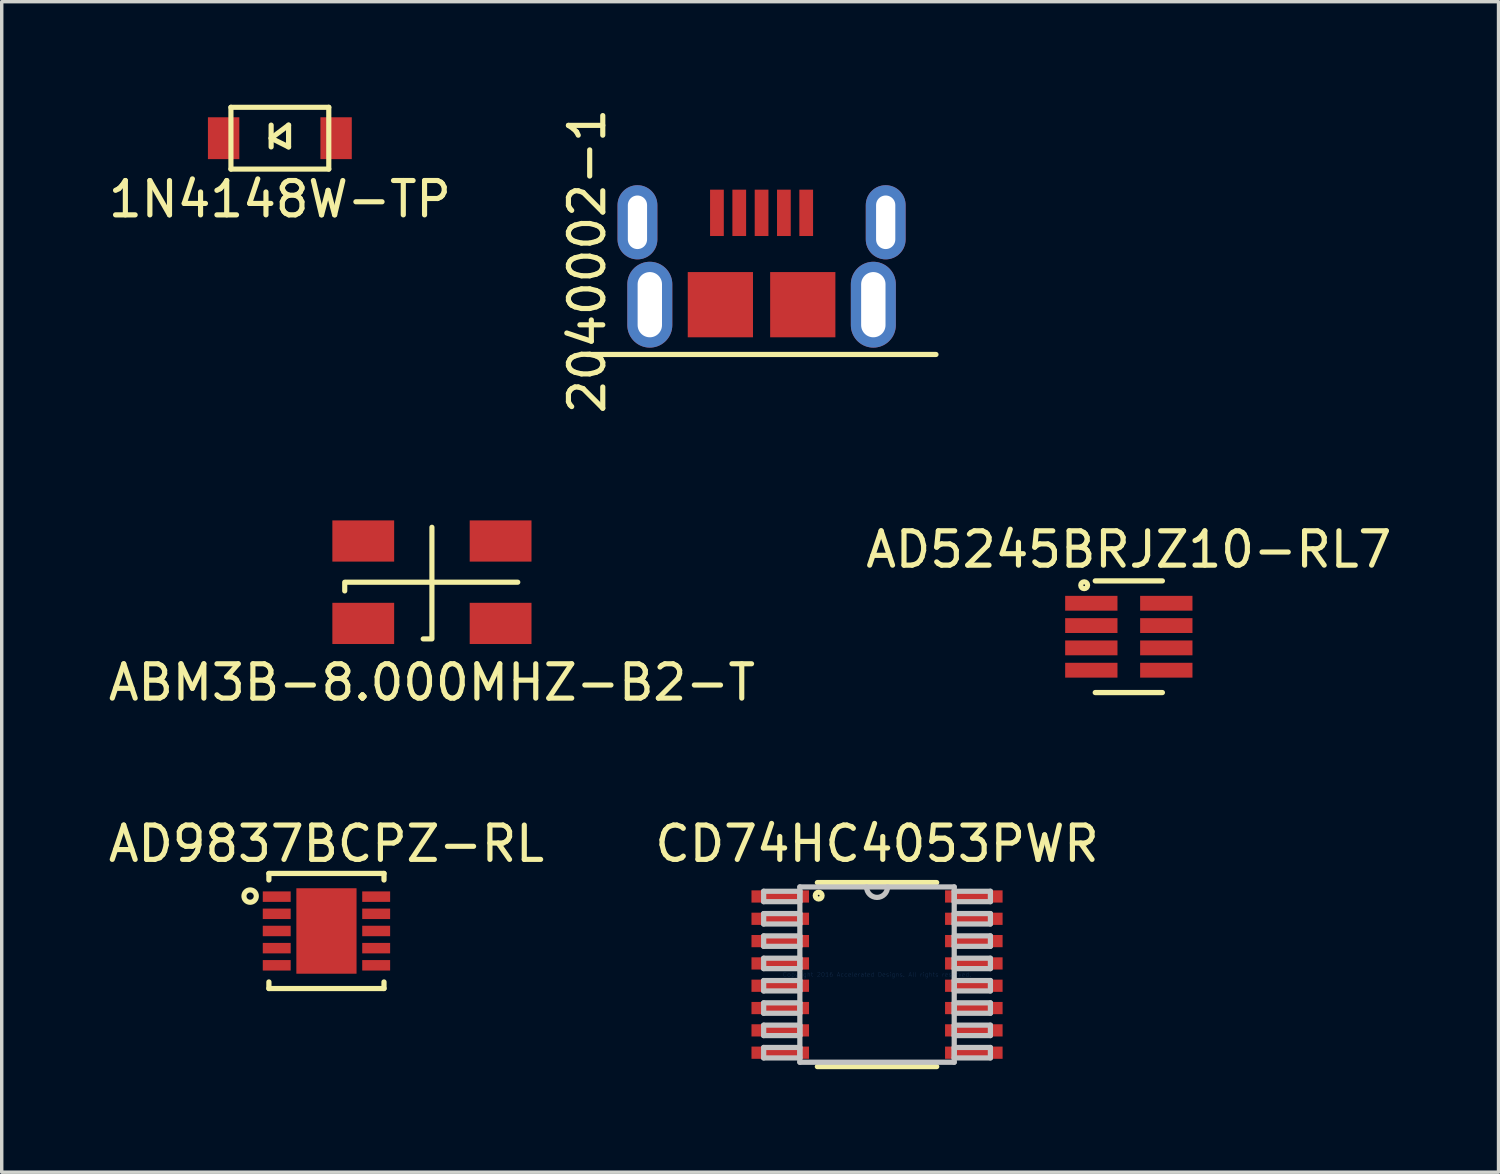
<source format=kicad_pcb>
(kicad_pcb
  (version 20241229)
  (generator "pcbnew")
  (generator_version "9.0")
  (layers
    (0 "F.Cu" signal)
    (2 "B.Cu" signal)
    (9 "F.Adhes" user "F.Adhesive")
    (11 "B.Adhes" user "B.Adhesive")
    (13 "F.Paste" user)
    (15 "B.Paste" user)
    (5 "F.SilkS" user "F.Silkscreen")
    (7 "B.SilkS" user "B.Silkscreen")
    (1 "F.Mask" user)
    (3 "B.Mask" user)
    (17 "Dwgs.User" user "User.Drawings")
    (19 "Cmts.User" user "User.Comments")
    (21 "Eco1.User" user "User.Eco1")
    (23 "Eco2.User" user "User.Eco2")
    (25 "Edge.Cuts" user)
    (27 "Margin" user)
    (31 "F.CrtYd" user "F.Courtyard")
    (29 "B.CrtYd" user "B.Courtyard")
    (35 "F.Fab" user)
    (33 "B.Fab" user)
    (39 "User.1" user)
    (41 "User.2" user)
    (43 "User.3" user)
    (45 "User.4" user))
  (footprint "CD74HC4053PWR"
    (layer "F.Cu")
    (at 22.494 25.335)
    (property "Reference" "CD74HC4053PWR" (at 0 -3.81 0) (layer "F.SilkS") (effects (font (size 1 1) (thickness 0.15))))
    (attr through_hole)
    (fp_line (start -1.738 2.68) (end 1.738 2.68) (stroke (width 0.152) (type solid)) (layer "F.SilkS"))
    (fp_line (start 1.738 -2.68) (end -1.738 -2.68) (stroke (width 0.152) (type solid)) (layer "F.SilkS"))
    (fp_circle (center -1.7 -2.3) (end -1.6 -2.3) (stroke (width 0.15) (type solid)) (fill no) (layer "F.SilkS"))
    (fp_line (start -3.302 -2.427) (end -3.302 -2.123) (stroke (width 0.152) (type solid)) (layer "Dwgs.User"))
    (fp_line (start -3.302 -2.123) (end -2.248 -2.123) (stroke (width 0.152) (type solid)) (layer "Dwgs.User"))
    (fp_line (start -3.302 -1.777) (end -3.302 -1.473) (stroke (width 0.152) (type solid)) (layer "Dwgs.User"))
    (fp_line (start -3.302 -1.473) (end -2.248 -1.473) (stroke (width 0.152) (type solid)) (layer "Dwgs.User"))
    (fp_line (start -3.302 -1.127) (end -3.302 -0.823) (stroke (width 0.152) (type solid)) (layer "Dwgs.User"))
    (fp_line (start -3.302 -0.823) (end -2.248 -0.823) (stroke (width 0.152) (type solid)) (layer "Dwgs.User"))
    (fp_line (start -3.302 -0.477) (end -3.302 -0.173) (stroke (width 0.152) (type solid)) (layer "Dwgs.User"))
    (fp_line (start -3.302 -0.173) (end -2.248 -0.173) (stroke (width 0.152) (type solid)) (layer "Dwgs.User"))
    (fp_line (start -3.302 0.173) (end -3.302 0.477) (stroke (width 0.152) (type solid)) (layer "Dwgs.User"))
    (fp_line (start -3.302 0.477) (end -2.248 0.477) (stroke (width 0.152) (type solid)) (layer "Dwgs.User"))
    (fp_line (start -3.302 0.823) (end -3.302 1.127) (stroke (width 0.152) (type solid)) (layer "Dwgs.User"))
    (fp_line (start -3.302 1.127) (end -2.248 1.127) (stroke (width 0.152) (type solid)) (layer "Dwgs.User"))
    (fp_line (start -3.302 1.473) (end -3.302 1.777) (stroke (width 0.152) (type solid)) (layer "Dwgs.User"))
    (fp_line (start -3.302 1.777) (end -2.248 1.777) (stroke (width 0.152) (type solid)) (layer "Dwgs.User"))
    (fp_line (start -3.302 2.123) (end -3.302 2.427) (stroke (width 0.152) (type solid)) (layer "Dwgs.User"))
    (fp_line (start -3.302 2.427) (end -2.248 2.427) (stroke (width 0.152) (type solid)) (layer "Dwgs.User"))
    (fp_line (start -2.248 -2.553) (end -2.248 2.553) (stroke (width 0.152) (type solid)) (layer "Dwgs.User"))
    (fp_line (start -2.248 -2.427) (end -3.302 -2.427) (stroke (width 0.152) (type solid)) (layer "Dwgs.User"))
    (fp_line (start -2.248 -2.123) (end -2.248 -2.427) (stroke (width 0.152) (type solid)) (layer "Dwgs.User"))
    (fp_line (start -2.248 -1.777) (end -3.302 -1.777) (stroke (width 0.152) (type solid)) (layer "Dwgs.User"))
    (fp_line (start -2.248 -1.473) (end -2.248 -1.777) (stroke (width 0.152) (type solid)) (layer "Dwgs.User"))
    (fp_line (start -2.248 -1.127) (end -3.302 -1.127) (stroke (width 0.152) (type solid)) (layer "Dwgs.User"))
    (fp_line (start -2.248 -0.823) (end -2.248 -1.127) (stroke (width 0.152) (type solid)) (layer "Dwgs.User"))
    (fp_line (start -2.248 -0.477) (end -3.302 -0.477) (stroke (width 0.152) (type solid)) (layer "Dwgs.User"))
    (fp_line (start -2.248 -0.173) (end -2.248 -0.477) (stroke (width 0.152) (type solid)) (layer "Dwgs.User"))
    (fp_line (start -2.248 0.173) (end -3.302 0.173) (stroke (width 0.152) (type solid)) (layer "Dwgs.User"))
    (fp_line (start -2.248 0.477) (end -2.248 0.173) (stroke (width 0.152) (type solid)) (layer "Dwgs.User"))
    (fp_line (start -2.248 0.823) (end -3.302 0.823) (stroke (width 0.152) (type solid)) (layer "Dwgs.User"))
    (fp_line (start -2.248 1.127) (end -2.248 0.823) (stroke (width 0.152) (type solid)) (layer "Dwgs.User"))
    (fp_line (start -2.248 1.473) (end -3.302 1.473) (stroke (width 0.152) (type solid)) (layer "Dwgs.User"))
    (fp_line (start -2.248 1.777) (end -2.248 1.473) (stroke (width 0.152) (type solid)) (layer "Dwgs.User"))
    (fp_line (start -2.248 2.123) (end -3.302 2.123) (stroke (width 0.152) (type solid)) (layer "Dwgs.User"))
    (fp_line (start -2.248 2.427) (end -2.248 2.123) (stroke (width 0.152) (type solid)) (layer "Dwgs.User"))
    (fp_line (start -2.248 2.553) (end 2.248 2.553) (stroke (width 0.152) (type solid)) (layer "Dwgs.User"))
    (fp_line (start 2.248 -2.553) (end -2.248 -2.553) (stroke (width 0.152) (type solid)) (layer "Dwgs.User"))
    (fp_line (start 2.248 -2.427) (end 2.248 -2.123) (stroke (width 0.152) (type solid)) (layer "Dwgs.User"))
    (fp_line (start 2.248 -2.123) (end 3.302 -2.123) (stroke (width 0.152) (type solid)) (layer "Dwgs.User"))
    (fp_line (start 2.248 -1.777) (end 2.248 -1.473) (stroke (width 0.152) (type solid)) (layer "Dwgs.User"))
    (fp_line (start 2.248 -1.473) (end 3.302 -1.473) (stroke (width 0.152) (type solid)) (layer "Dwgs.User"))
    (fp_line (start 2.248 -1.127) (end 2.248 -0.823) (stroke (width 0.152) (type solid)) (layer "Dwgs.User"))
    (fp_line (start 2.248 -0.823) (end 3.302 -0.823) (stroke (width 0.152) (type solid)) (layer "Dwgs.User"))
    (fp_line (start 2.248 -0.477) (end 2.248 -0.173) (stroke (width 0.152) (type solid)) (layer "Dwgs.User"))
    (fp_line (start 2.248 -0.173) (end 3.302 -0.173) (stroke (width 0.152) (type solid)) (layer "Dwgs.User"))
    (fp_line (start 2.248 0.173) (end 2.248 0.477) (stroke (width 0.152) (type solid)) (layer "Dwgs.User"))
    (fp_line (start 2.248 0.477) (end 3.302 0.477) (stroke (width 0.152) (type solid)) (layer "Dwgs.User"))
    (fp_line (start 2.248 0.823) (end 2.248 1.127) (stroke (width 0.152) (type solid)) (layer "Dwgs.User"))
    (fp_line (start 2.248 1.127) (end 3.302 1.127) (stroke (width 0.152) (type solid)) (layer "Dwgs.User"))
    (fp_line (start 2.248 1.473) (end 2.248 1.777) (stroke (width 0.152) (type solid)) (layer "Dwgs.User"))
    (fp_line (start 2.248 1.777) (end 3.302 1.777) (stroke (width 0.152) (type solid)) (layer "Dwgs.User"))
    (fp_line (start 2.248 2.123) (end 2.248 2.427) (stroke (width 0.152) (type solid)) (layer "Dwgs.User"))
    (fp_line (start 2.248 2.427) (end 3.302 2.427) (stroke (width 0.152) (type solid)) (layer "Dwgs.User"))
    (fp_line (start 2.248 2.553) (end 2.248 -2.553) (stroke (width 0.152) (type solid)) (layer "Dwgs.User"))
    (fp_line (start 3.302 -2.427) (end 2.248 -2.427) (stroke (width 0.152) (type solid)) (layer "Dwgs.User"))
    (fp_line (start 3.302 -2.123) (end 3.302 -2.427) (stroke (width 0.152) (type solid)) (layer "Dwgs.User"))
    (fp_line (start 3.302 -1.777) (end 2.248 -1.777) (stroke (width 0.152) (type solid)) (layer "Dwgs.User"))
    (fp_line (start 3.302 -1.473) (end 3.302 -1.777) (stroke (width 0.152) (type solid)) (layer "Dwgs.User"))
    (fp_line (start 3.302 -1.127) (end 2.248 -1.127) (stroke (width 0.152) (type solid)) (layer "Dwgs.User"))
    (fp_line (start 3.302 -0.823) (end 3.302 -1.127) (stroke (width 0.152) (type solid)) (layer "Dwgs.User"))
    (fp_line (start 3.302 -0.477) (end 2.248 -0.477) (stroke (width 0.152) (type solid)) (layer "Dwgs.User"))
    (fp_line (start 3.302 -0.173) (end 3.302 -0.477) (stroke (width 0.152) (type solid)) (layer "Dwgs.User"))
    (fp_line (start 3.302 0.173) (end 2.248 0.173) (stroke (width 0.152) (type solid)) (layer "Dwgs.User"))
    (fp_line (start 3.302 0.477) (end 3.302 0.173) (stroke (width 0.152) (type solid)) (layer "Dwgs.User"))
    (fp_line (start 3.302 0.823) (end 2.248 0.823) (stroke (width 0.152) (type solid)) (layer "Dwgs.User"))
    (fp_line (start 3.302 1.127) (end 3.302 0.823) (stroke (width 0.152) (type solid)) (layer "Dwgs.User"))
    (fp_line (start 3.302 1.473) (end 2.248 1.473) (stroke (width 0.152) (type solid)) (layer "Dwgs.User"))
    (fp_line (start 3.302 1.777) (end 3.302 1.473) (stroke (width 0.152) (type solid)) (layer "Dwgs.User"))
    (fp_line (start 3.302 2.123) (end 2.248 2.123) (stroke (width 0.152) (type solid)) (layer "Dwgs.User"))
    (fp_line (start 3.302 2.427) (end 3.302 2.123) (stroke (width 0.152) (type solid)) (layer "Dwgs.User"))
    (fp_arc (start 0.3048 -2.5527) (mid 0 -2.2479) (end -0.3048 -2.5527) (stroke (width 0.1524) (type solid)) (layer "Dwgs.User"))
    (fp_text user "Copyright 2016 Accelerated Designs. All rights reserved." (at 0 0 0) (layer "Cmts.User") (effects (font (size 0.127 0.127) (thickness 0.002))))
    (pad "" smd rect (at -2.819 -2.275) (size 1.676 0.356) (layers "F.Mask"))
    (pad "" smd rect (at -2.819 -2.275) (size 1.676 0.356) (layers "F.Paste"))
    (pad "" smd rect (at -2.819 -1.625) (size 1.676 0.356) (layers "F.Mask"))
    (pad "" smd rect (at -2.819 -1.625) (size 1.676 0.356) (layers "F.Paste"))
    (pad "" smd rect (at -2.819 -0.975) (size 1.676 0.356) (layers "F.Mask"))
    (pad "" smd rect (at -2.819 -0.975) (size 1.676 0.356) (layers "F.Paste"))
    (pad "" smd rect (at -2.819 -0.325) (size 1.676 0.356) (layers "F.Mask"))
    (pad "" smd rect (at -2.819 -0.325) (size 1.676 0.356) (layers "F.Paste"))
    (pad "" smd rect (at -2.819 0.325) (size 1.676 0.356) (layers "F.Mask"))
    (pad "" smd rect (at -2.819 0.325) (size 1.676 0.356) (layers "F.Paste"))
    (pad "" smd rect (at -2.819 0.975) (size 1.676 0.356) (layers "F.Mask"))
    (pad "" smd rect (at -2.819 0.975) (size 1.676 0.356) (layers "F.Paste"))
    (pad "" smd rect (at -2.819 1.625) (size 1.676 0.356) (layers "F.Mask"))
    (pad "" smd rect (at -2.819 1.625) (size 1.676 0.356) (layers "F.Paste"))
    (pad "" smd rect (at -2.819 2.275) (size 1.676 0.356) (layers "F.Mask"))
    (pad "" smd rect (at -2.819 2.275) (size 1.676 0.356) (layers "F.Paste"))
    (pad "" smd rect (at 2.819 -2.275) (size 1.676 0.356) (layers "F.Mask"))
    (pad "" smd rect (at 2.819 -2.275) (size 1.676 0.356) (layers "F.Paste"))
    (pad "" smd rect (at 2.819 -1.625) (size 1.676 0.356) (layers "F.Mask"))
    (pad "" smd rect (at 2.819 -1.625) (size 1.676 0.356) (layers "F.Paste"))
    (pad "" smd rect (at 2.819 -0.975) (size 1.676 0.356) (layers "F.Mask"))
    (pad "" smd rect (at 2.819 -0.975) (size 1.676 0.356) (layers "F.Paste"))
    (pad "" smd rect (at 2.819 -0.325) (size 1.676 0.356) (layers "F.Mask"))
    (pad "" smd rect (at 2.819 -0.325) (size 1.676 0.356) (layers "F.Paste"))
    (pad "" smd rect (at 2.819 0.325) (size 1.676 0.356) (layers "F.Mask"))
    (pad "" smd rect (at 2.819 0.325) (size 1.676 0.356) (layers "F.Paste"))
    (pad "" smd rect (at 2.819 0.975) (size 1.676 0.356) (layers "F.Mask"))
    (pad "" smd rect (at 2.819 0.975) (size 1.676 0.356) (layers "F.Paste"))
    (pad "" smd rect (at 2.819 1.625) (size 1.676 0.356) (layers "F.Mask"))
    (pad "" smd rect (at 2.819 1.625) (size 1.676 0.356) (layers "F.Paste"))
    (pad "" smd rect (at 2.819 2.275) (size 1.676 0.356) (layers "F.Mask"))
    (pad "" smd rect (at 2.819 2.275) (size 1.676 0.356) (layers "F.Paste"))
    (pad "1" smd rect (at -2.819 -2.275) (size 1.676 0.356) (layers "F.Cu"))
    (pad "2" smd rect (at -2.819 -1.625) (size 1.676 0.356) (layers "F.Cu"))
    (pad "3" smd rect (at -2.819 -0.975) (size 1.676 0.356) (layers "F.Cu"))
    (pad "4" smd rect (at -2.819 -0.325) (size 1.676 0.356) (layers "F.Cu"))
    (pad "5" smd rect (at -2.819 0.325) (size 1.676 0.356) (layers "F.Cu"))
    (pad "6" smd rect (at -2.819 0.975) (size 1.676 0.356) (layers "F.Cu"))
    (pad "7" smd rect (at -2.819 1.625) (size 1.676 0.356) (layers "F.Cu"))
    (pad "8" smd rect (at -2.819 2.275) (size 1.676 0.356) (layers "F.Cu"))
    (pad "9" smd rect (at 2.819 2.275) (size 1.676 0.356) (layers "F.Cu"))
    (pad "10" smd rect (at 2.819 1.625) (size 1.676 0.356) (layers "F.Cu"))
    (pad "11" smd rect (at 2.819 0.975) (size 1.676 0.356) (layers "F.Cu"))
    (pad "12" smd rect (at 2.819 0.325) (size 1.676 0.356) (layers "F.Cu"))
    (pad "13" smd rect (at 2.819 -0.325) (size 1.676 0.356) (layers "F.Cu"))
    (pad "14" smd rect (at 2.819 -0.975) (size 1.676 0.356) (layers "F.Cu"))
    (pad "15" smd rect (at 2.819 -1.625) (size 1.676 0.356) (layers "F.Cu"))
    (pad "16" smd rect (at 2.819 -2.275) (size 1.676 0.356) (layers "F.Cu")))
  (footprint "AD9837BCPZ-RL"
    (layer "F.Cu")
    (at 6.458 24.065)
    (property "Reference" "AD9837BCPZ-RL" (at 0 -2.54 0) (layer "F.SilkS") (effects (font (size 1 1) (thickness 0.15))))
    (attr through_hole)
    (fp_line (start -1.676 -1.676) (end -1.676 -1.485) (stroke (width 0.152) (type solid)) (layer "F.SilkS"))
    (fp_line (start -1.676 1.485) (end -1.676 1.676) (stroke (width 0.152) (type solid)) (layer "F.SilkS"))
    (fp_line (start -1.676 1.676) (end 1.676 1.676) (stroke (width 0.152) (type solid)) (layer "F.SilkS"))
    (fp_line (start 1.676 -1.676) (end -1.676 -1.676) (stroke (width 0.152) (type solid)) (layer "F.SilkS"))
    (fp_line (start 1.676 -1.485) (end 1.676 -1.676) (stroke (width 0.152) (type solid)) (layer "F.SilkS"))
    (fp_line (start 1.676 1.676) (end 1.676 1.485) (stroke (width 0.152) (type solid)) (layer "F.SilkS"))
    (fp_circle (center -2.223 -1.016) (end -2.095 -1.143) (stroke (width 0.15) (type solid)) (fill no) (layer "F.SilkS"))
    (pad "" smd rect (at 0 0) (size 0.025 0.025) (layers "F.Paste"))
    (pad "1" smd rect (at -1.448 -1) (size 0.813 0.305) (layers "F.Cu"))
    (pad "2" smd rect (at -1.448 -0.5) (size 0.813 0.305) (layers "F.Cu"))
    (pad "3" smd rect (at -1.448 0) (size 0.813 0.305) (layers "F.Cu"))
    (pad "4" smd rect (at -1.448 0.5) (size 0.813 0.305) (layers "F.Cu"))
    (pad "5" smd rect (at -1.448 1) (size 0.813 0.305) (layers "F.Cu"))
    (pad "6" smd rect (at 1.448 1) (size 0.813 0.305) (layers "F.Cu"))
    (pad "7" smd rect (at 1.448 0.5) (size 0.813 0.305) (layers "F.Cu"))
    (pad "8" smd rect (at 1.448 0) (size 0.813 0.305) (layers "F.Cu"))
    (pad "9" smd rect (at 1.448 -0.5) (size 0.813 0.305) (layers "F.Cu"))
    (pad "10" smd rect (at 1.448 -1) (size 0.813 0.305) (layers "F.Cu"))
    (pad "11" smd rect (at 0 0) (size 1.753 2.489) (layers "F.Cu")))
  (footprint "ABM3B-8.000MHZ-B2-T"
    (layer "F.Cu")
    (at 9.53 13.907)
    (property "Reference" "ABM3B-8.000MHZ-B2-T" (at 0 2.921 0) (layer "F.SilkS") (effects (font (size 1 1) (thickness 0.15))))
    (attr through_hole)
    (fp_line (start -2.54 0) (end -2.54 0.254) (stroke (width 0.15) (type solid)) (layer "F.SilkS"))
    (fp_line (start -2.5 0) (end 2.5 0) (stroke (width 0.15) (type solid)) (layer "F.SilkS"))
    (fp_line (start 0 -1.6) (end 0 1.6) (stroke (width 0.15) (type solid)) (layer "F.SilkS"))
    (fp_line (start 0 1.651) (end -0.254 1.651) (stroke (width 0.15) (type solid)) (layer "F.SilkS"))
    (pad "1" smd rect (at -2 1.2) (size 1.8 1.2) (layers "F.Cu" "F.Mask" "F.Paste"))
    (pad "2" smd rect (at 2 1.2) (size 1.8 1.2) (layers "F.Cu" "F.Mask" "F.Paste"))
    (pad "3" smd rect (at 2 -1.2) (size 1.8 1.2) (layers "F.Cu" "F.Mask" "F.Paste"))
    (pad "4" smd rect (at -2 -1.2) (size 1.8 1.2) (layers "F.Cu" "F.Mask" "F.Paste")))
  (footprint "2040002-1"
    (layer "F.Cu")
    (at 19.131 5.824)
    (property "Reference" "2040002-1" (at -5.08 -1.27 90) (layer "F.SilkS") (effects (font (size 1 1) (thickness 0.15))))
    (attr through_hole)
    (fp_line (start -5.08 1.45) (end 5.08 1.45) (stroke (width 0.15) (type solid)) (layer "F.SilkS"))
    (pad "" thru_hole oval (at -3.615 -2.4) (size 1.16 2.16) (drill oval 0.56 1.56) (layers "*.Cu" "*.Mask"))
    (pad "" thru_hole oval (at -3.255 0) (size 1.31 2.5) (drill oval 0.71 1.9) (layers "*.Cu" "*.Mask"))
    (pad "" thru_hole oval (at 3.255 0) (size 1.31 2.5) (drill oval 0.71 1.9) (layers "*.Cu" "*.Mask"))
    (pad "" thru_hole oval (at 3.615 -2.4) (size 1.16 2.16) (drill oval 0.56 1.56) (layers "*.Cu" "*.Mask"))
    (pad "1" smd rect (at -1.3 -2.675) (size 0.4 1.35) (layers "F.Cu" "F.Mask" "F.Paste"))
    (pad "2" smd rect (at -0.65 -2.675) (size 0.4 1.35) (layers "F.Cu" "F.Mask" "F.Paste"))
    (pad "3" smd rect (at 0 -2.675) (size 0.4 1.35) (layers "F.Cu" "F.Mask" "F.Paste"))
    (pad "4" smd rect (at 0.65 -2.675) (size 0.4 1.35) (layers "F.Cu" "F.Mask" "F.Paste"))
    (pad "5" smd rect (at 1.3 -2.675) (size 0.4 1.35) (layers "F.Cu" "F.Mask" "F.Paste"))
    (pad "6" smd rect (at -1.2 0) (size 1.9 1.9) (layers "F.Cu" "F.Mask" "F.Paste"))
    (pad "6" smd rect (at 1.2 0) (size 1.9 1.9) (layers "F.Cu" "F.Mask" "F.Paste")))
  (footprint "1N4148W-TP"
    (layer "F.Cu")
    (at 5.101 0.975)
    (property "Reference" "1N4148W-TP" (at 0 1.778 0) (layer "F.SilkS") (effects (font (size 1 1) (thickness 0.15))))
    (attr through_hole)
    (fp_line (start -1.425 -0.9) (end 1.425 -0.9) (stroke (width 0.15) (type solid)) (layer "F.SilkS"))
    (fp_line (start -1.425 0.9) (end -1.425 -0.9) (stroke (width 0.15) (type solid)) (layer "F.SilkS"))
    (fp_line (start -0.254 -0.381) (end -0.254 0.254) (stroke (width 0.15) (type solid)) (layer "F.SilkS"))
    (fp_line (start -0.254 0) (end 0.254 -0.381) (stroke (width 0.15) (type solid)) (layer "F.SilkS"))
    (fp_line (start 0.254 -0.381) (end 0.254 0.254) (stroke (width 0.15) (type solid)) (layer "F.SilkS"))
    (fp_line (start 0.254 0.254) (end -0.254 0) (stroke (width 0.15) (type solid)) (layer "F.SilkS"))
    (fp_line (start 1.425 -0.9) (end 1.425 0.9) (stroke (width 0.15) (type solid)) (layer "F.SilkS"))
    (fp_line (start 1.425 0.9) (end -1.425 0.9) (stroke (width 0.15) (type solid)) (layer "F.SilkS"))
    (pad "1" smd rect (at -1.638 0) (size 0.914 1.219) (layers "F.Cu" "F.Mask" "F.Paste"))
    (pad "2" smd rect (at 1.638 0) (size 0.914 1.219) (layers "F.Cu" "F.Mask" "F.Paste")))
  (footprint "AD5245BRJZ10-RL7"
    (layer "F.Cu")
    (at 29.827 15.495)
    (property "Reference" "AD5245BRJZ10-RL7" (at 0 -2.54 0) (layer "F.SilkS") (effects (font (size 1 1) (thickness 0.15))))
    (attr through_hole)
    (fp_line (start -0.978 1.626) (end 0.978 1.626) (stroke (width 0.152) (type solid)) (layer "F.SilkS"))
    (fp_line (start 0.978 -1.626) (end -0.978 -1.626) (stroke (width 0.152) (type solid)) (layer "F.SilkS"))
    (fp_circle (center -1.3 -1.5) (end -1.2 -1.5) (stroke (width 0.15) (type solid)) (fill no) (layer "F.SilkS"))
    (pad "1" smd rect (at -1.092 -0.975) (size 1.524 0.432) (layers "F.Cu"))
    (pad "2" smd rect (at -1.092 -0.325) (size 1.524 0.432) (layers "F.Cu"))
    (pad "3" smd rect (at -1.092 0.325) (size 1.524 0.432) (layers "F.Cu"))
    (pad "4" smd rect (at -1.092 0.975) (size 1.524 0.432) (layers "F.Cu"))
    (pad "5" smd rect (at 1.092 0.975) (size 1.524 0.432) (layers "F.Cu"))
    (pad "6" smd rect (at 1.092 0.325) (size 1.524 0.432) (layers "F.Cu"))
    (pad "7" smd rect (at 1.092 -0.325) (size 1.524 0.432) (layers "F.Cu"))
    (pad "8" smd rect (at 1.092 -0.975) (size 1.524 0.432) (layers "F.Cu")))
  (gr_rect
    (start -3 -3)
    (end 40.595 31.091)
    (stroke (width 0.1) (type default))
    (fill no)
    (layer "Edge.Cuts")))
</source>
